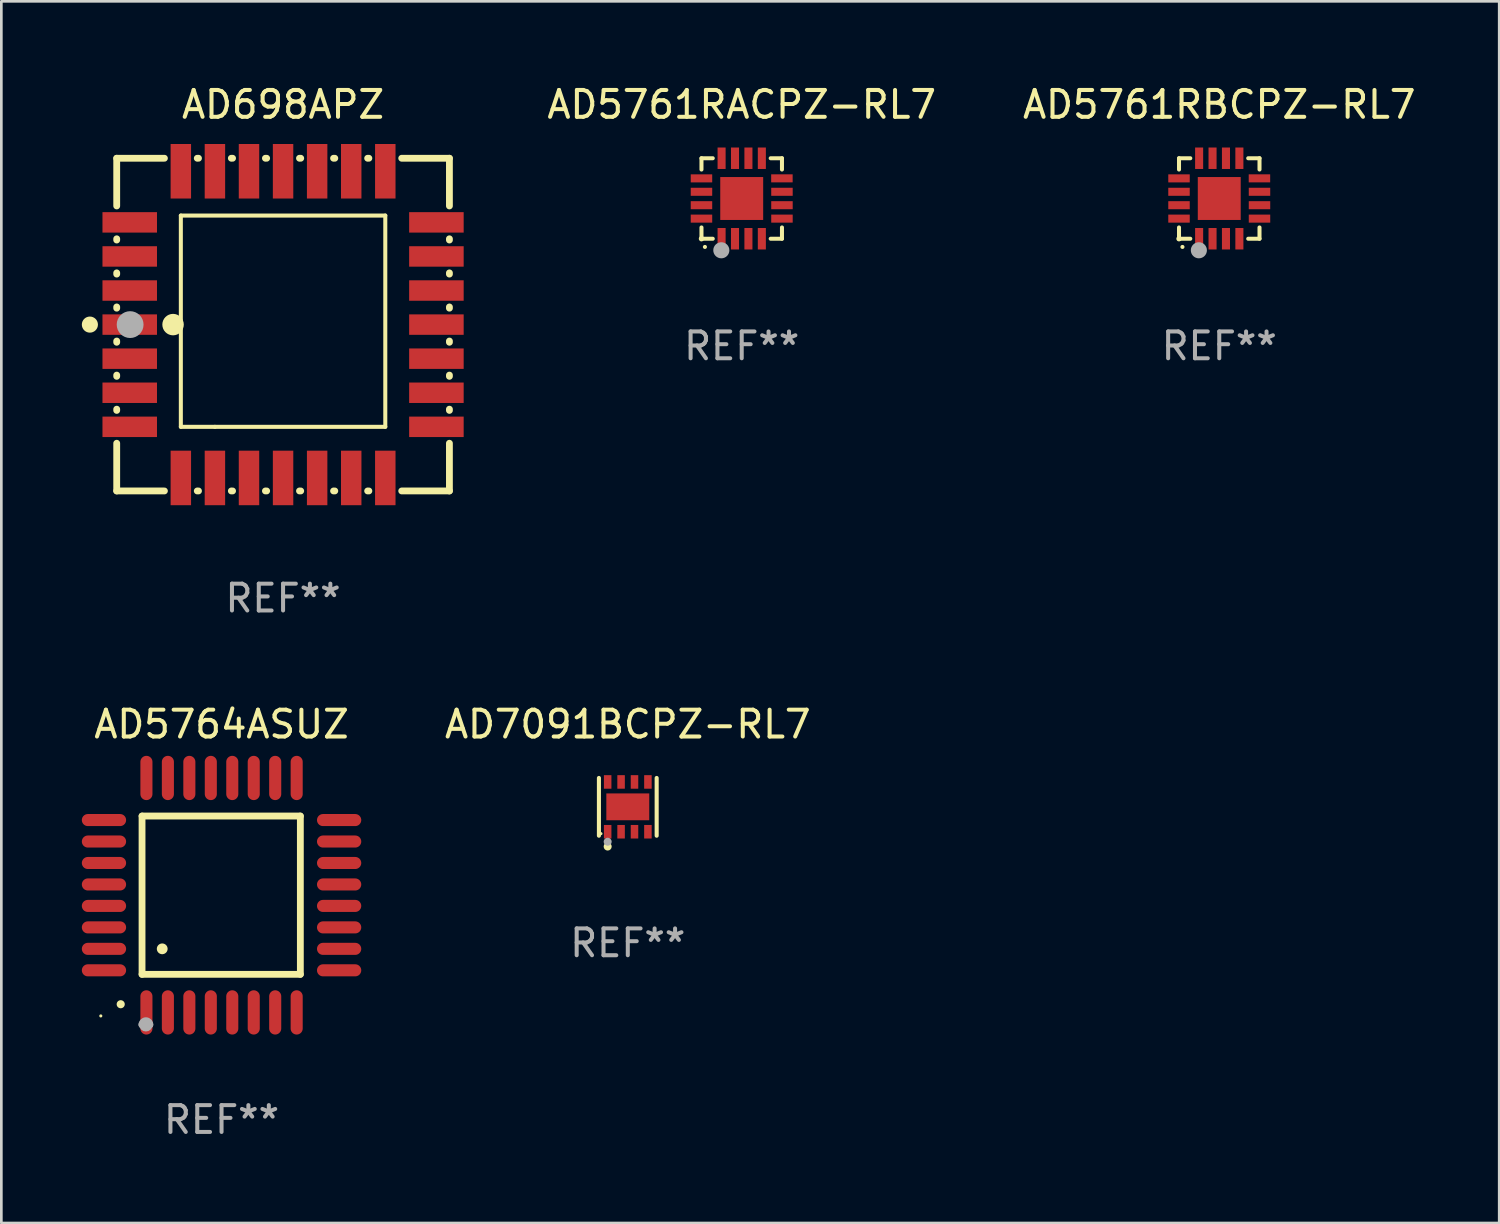
<source format=kicad_pcb>
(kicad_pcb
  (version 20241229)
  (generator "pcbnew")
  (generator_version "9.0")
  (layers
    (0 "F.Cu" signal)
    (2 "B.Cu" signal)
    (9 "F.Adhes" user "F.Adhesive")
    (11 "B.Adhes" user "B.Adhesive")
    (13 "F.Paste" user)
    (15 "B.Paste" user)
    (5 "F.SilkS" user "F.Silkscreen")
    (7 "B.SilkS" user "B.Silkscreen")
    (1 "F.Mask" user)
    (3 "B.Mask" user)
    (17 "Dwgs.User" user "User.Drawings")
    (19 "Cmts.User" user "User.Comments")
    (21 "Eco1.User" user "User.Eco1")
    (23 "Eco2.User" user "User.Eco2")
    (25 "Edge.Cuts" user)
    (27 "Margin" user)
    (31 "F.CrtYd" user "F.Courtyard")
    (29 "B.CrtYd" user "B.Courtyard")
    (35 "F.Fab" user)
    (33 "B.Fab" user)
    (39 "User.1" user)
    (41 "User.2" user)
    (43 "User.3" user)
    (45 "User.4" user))
  (footprint "AD5761RBCPZ-RL7"
    (layer "F.Cu")
    (at 42.392 4.348)
    (property "Reference" "AD5761RBCPZ-RL7" (at 0 -3.5 0) (layer "F.SilkS") (effects (font (size 1 1) (thickness 0.15))))
    (attr through_hole)
    (fp_line (start -1.5 -1.5) (end -1.079 -1.5) (stroke (width 0.15) (type solid)) (layer "F.SilkS"))
    (fp_line (start -1.5 -1.079) (end -1.5 -1.5) (stroke (width 0.15) (type solid)) (layer "F.SilkS"))
    (fp_line (start -1.5 1.5) (end -1.5 1.079) (stroke (width 0.15) (type solid)) (layer "F.SilkS"))
    (fp_line (start -1.5 1.5) (end -1.079 1.5) (stroke (width 0.15) (type solid)) (layer "F.SilkS"))
    (fp_line (start 1.079 -1.5) (end 1.5 -1.5) (stroke (width 0.15) (type solid)) (layer "F.SilkS"))
    (fp_line (start 1.079 1.5) (end 1.5 1.5) (stroke (width 0.15) (type solid)) (layer "F.SilkS"))
    (fp_line (start 1.5 -1.08) (end 1.5 -1.5) (stroke (width 0.15) (type solid)) (layer "F.SilkS"))
    (fp_line (start 1.5 1.5) (end 1.5 1.079) (stroke (width 0.15) (type solid)) (layer "F.SilkS"))
    (fp_arc (start -1.372885 1.805398) (mid -1.371615 1.805392) (end -1.370345 1.805398) (stroke (width 0.150114) (type solid)) (layer "F.SilkS"))
    (fp_circle (center -1.5 1.5) (end -1.45 1.5) (stroke (width 0.1) (type solid)) (fill no) (layer "F.SilkS"))
    (fp_circle (center -0.76 1.93) (end -0.61 1.93) (stroke (width 0.3) (type solid)) (fill no) (layer "F.Fab"))
    (fp_text user "REF**" (at 0 5.5 0) (layer "F.Fab") (effects (font (size 1 1) (thickness 0.15))))
    (pad "1" smd rect (at -0.75 1.5) (size 0.3 0.8) (layers "F.Cu" "F.Mask" "F.Paste"))
    (pad "2" smd rect (at -0.25 1.5) (size 0.3 0.8) (layers "F.Cu" "F.Mask" "F.Paste"))
    (pad "3" smd rect (at 0.25 1.5) (size 0.3 0.8) (layers "F.Cu" "F.Mask" "F.Paste"))
    (pad "4" smd rect (at 0.75 1.5) (size 0.3 0.8) (layers "F.Cu" "F.Mask" "F.Paste"))
    (pad "5" smd rect (at 1.5 0.75) (size 0.8 0.3) (layers "F.Cu" "F.Mask" "F.Paste"))
    (pad "6" smd rect (at 1.5 0.25) (size 0.8 0.3) (layers "F.Cu" "F.Mask" "F.Paste"))
    (pad "7" smd rect (at 1.5 -0.25) (size 0.8 0.3) (layers "F.Cu" "F.Mask" "F.Paste"))
    (pad "8" smd rect (at 1.498 -0.751) (size 0.8 0.3) (layers "F.Cu" "F.Mask" "F.Paste"))
    (pad "9" smd rect (at 0.75 -1.5) (size 0.3 0.8) (layers "F.Cu" "F.Mask" "F.Paste"))
    (pad "10" smd rect (at 0.25 -1.5) (size 0.3 0.8) (layers "F.Cu" "F.Mask" "F.Paste"))
    (pad "11" smd rect (at -0.25 -1.5) (size 0.3 0.8) (layers "F.Cu" "F.Mask" "F.Paste"))
    (pad "12" smd rect (at -0.75 -1.5) (size 0.3 0.8) (layers "F.Cu" "F.Mask" "F.Paste"))
    (pad "13" smd rect (at -1.5 -0.75) (size 0.8 0.3) (layers "F.Cu" "F.Mask" "F.Paste"))
    (pad "14" smd rect (at -1.5 -0.25) (size 0.8 0.3) (layers "F.Cu" "F.Mask" "F.Paste"))
    (pad "15" smd rect (at -1.5 0.25) (size 0.8 0.3) (layers "F.Cu" "F.Mask" "F.Paste"))
    (pad "16" smd rect (at -1.5 0.75) (size 0.8 0.3) (layers "F.Cu" "F.Mask" "F.Paste"))
    (pad "17" smd rect (at -0.000114 0.00014) (size 1.6 1.6) (layers "F.Cu" "F.Mask" "F.Paste")))
  (footprint "AD698APZ"
    (layer "F.Cu")
    (at 7.5 9.048)
    (property "Reference" "AD698APZ" (at 0 -8.2 0) (layer "F.SilkS") (effects (font (size 1 1) (thickness 0.15))))
    (attr through_hole)
    (fp_line (start -6.2 -6.2) (end -4.422 -6.2) (stroke (width 0.254) (type solid)) (layer "F.SilkS"))
    (fp_line (start -6.2 -4.422) (end -6.2 -6.2) (stroke (width 0.254) (type solid)) (layer "F.SilkS"))
    (fp_line (start -6.2 -3.152) (end -6.2 -3.198) (stroke (width 0.254) (type solid)) (layer "F.SilkS"))
    (fp_line (start -6.2 -1.882) (end -6.2 -1.928) (stroke (width 0.254) (type solid)) (layer "F.SilkS"))
    (fp_line (start -6.2 -0.612) (end -6.2 -0.658) (stroke (width 0.254) (type solid)) (layer "F.SilkS"))
    (fp_line (start -6.2 0.658) (end -6.2 0.612) (stroke (width 0.254) (type solid)) (layer "F.SilkS"))
    (fp_line (start -6.2 1.928) (end -6.2 1.882) (stroke (width 0.254) (type solid)) (layer "F.SilkS"))
    (fp_line (start -6.2 3.198) (end -6.2 3.152) (stroke (width 0.254) (type solid)) (layer "F.SilkS"))
    (fp_line (start -6.2 6.2) (end -6.2 4.422) (stroke (width 0.254) (type solid)) (layer "F.SilkS"))
    (fp_line (start -4.422 6.2) (end -6.2 6.2) (stroke (width 0.254) (type solid)) (layer "F.SilkS"))
    (fp_line (start -3.81 -4.064) (end 3.81 -4.064) (stroke (width 0.15) (type solid)) (layer "F.SilkS"))
    (fp_line (start -3.81 3.81) (end -3.81 -4.064) (stroke (width 0.15) (type solid)) (layer "F.SilkS"))
    (fp_line (start -3.198 -6.2) (end -3.152 -6.2) (stroke (width 0.254) (type solid)) (layer "F.SilkS"))
    (fp_line (start -3.152 6.2) (end -3.198 6.2) (stroke (width 0.254) (type solid)) (layer "F.SilkS"))
    (fp_line (start -2.54 3.81) (end -3.81 3.81) (stroke (width 0.15) (type solid)) (layer "F.SilkS"))
    (fp_line (start -1.928 -6.2) (end -1.882 -6.2) (stroke (width 0.254) (type solid)) (layer "F.SilkS"))
    (fp_line (start -1.882 6.2) (end -1.928 6.2) (stroke (width 0.254) (type solid)) (layer "F.SilkS"))
    (fp_line (start -0.658 -6.2) (end -0.612 -6.2) (stroke (width 0.254) (type solid)) (layer "F.SilkS"))
    (fp_line (start -0.612 6.2) (end -0.658 6.2) (stroke (width 0.254) (type solid)) (layer "F.SilkS"))
    (fp_line (start 0.612 -6.2) (end 0.658 -6.2) (stroke (width 0.254) (type solid)) (layer "F.SilkS"))
    (fp_line (start 0.658 6.2) (end 0.612 6.2) (stroke (width 0.254) (type solid)) (layer "F.SilkS"))
    (fp_line (start 1.882 -6.2) (end 1.928 -6.2) (stroke (width 0.254) (type solid)) (layer "F.SilkS"))
    (fp_line (start 1.928 6.2) (end 1.882 6.2) (stroke (width 0.254) (type solid)) (layer "F.SilkS"))
    (fp_line (start 3.152 -6.2) (end 3.198 -6.2) (stroke (width 0.254) (type solid)) (layer "F.SilkS"))
    (fp_line (start 3.198 6.2) (end 3.152 6.2) (stroke (width 0.254) (type solid)) (layer "F.SilkS"))
    (fp_line (start 3.81 -4.064) (end 3.81 3.81) (stroke (width 0.15) (type solid)) (layer "F.SilkS"))
    (fp_line (start 3.81 3.81) (end -2.54 3.81) (stroke (width 0.15) (type solid)) (layer "F.SilkS"))
    (fp_line (start 4.422 -6.2) (end 6.2 -6.2) (stroke (width 0.254) (type solid)) (layer "F.SilkS"))
    (fp_line (start 6.2 -6.2) (end 6.2 -4.422) (stroke (width 0.254) (type solid)) (layer "F.SilkS"))
    (fp_line (start 6.2 -3.198) (end 6.2 -3.152) (stroke (width 0.254) (type solid)) (layer "F.SilkS"))
    (fp_line (start 6.2 -1.928) (end 6.2 -1.882) (stroke (width 0.254) (type solid)) (layer "F.SilkS"))
    (fp_line (start 6.2 -0.658) (end 6.2 -0.612) (stroke (width 0.254) (type solid)) (layer "F.SilkS"))
    (fp_line (start 6.2 0.612) (end 6.2 0.658) (stroke (width 0.254) (type solid)) (layer "F.SilkS"))
    (fp_line (start 6.2 1.882) (end 6.2 1.928) (stroke (width 0.254) (type solid)) (layer "F.SilkS"))
    (fp_line (start 6.2 3.152) (end 6.2 3.198) (stroke (width 0.254) (type solid)) (layer "F.SilkS"))
    (fp_line (start 6.2 4.422) (end 6.2 6.2) (stroke (width 0.254) (type solid)) (layer "F.SilkS"))
    (fp_line (start 6.2 6.2) (end 4.422 6.2) (stroke (width 0.254) (type solid)) (layer "F.SilkS"))
    (fp_circle (center -7.2 0) (end -7.05 0) (stroke (width 0.3) (type solid)) (fill no) (layer "F.SilkS"))
    (fp_circle (center -6.223 6.223) (end -6.193 6.223) (stroke (width 0.06) (type solid)) (fill no) (layer "F.SilkS"))
    (fp_circle (center -4.1 0) (end -3.9 0) (stroke (width 0.4) (type solid)) (fill no) (layer "F.SilkS"))
    (fp_circle (center -5.7 0) (end -5.45 0) (stroke (width 0.5) (type solid)) (fill no) (layer "F.Fab"))
    (fp_text user "REF**" (at 0 10.2 0) (layer "F.Fab") (effects (font (size 1 1) (thickness 0.15))))
    (pad "1" smd rect (at -5.715 0) (size 2.032 0.762) (layers "F.Cu" "F.Mask" "F.Paste"))
    (pad "2" smd rect (at -5.715 1.27) (size 2.032 0.762) (layers "F.Cu" "F.Mask" "F.Paste"))
    (pad "3" smd rect (at -5.715 2.54) (size 2.032 0.762) (layers "F.Cu" "F.Mask" "F.Paste"))
    (pad "4" smd rect (at -5.715 3.81) (size 2.032 0.762) (layers "F.Cu" "F.Mask" "F.Paste"))
    (pad "5" smd rect (at -3.81 5.715) (size 0.762 2.032) (layers "F.Cu" "F.Mask" "F.Paste"))
    (pad "6" smd rect (at -2.54 5.715) (size 0.762 2.032) (layers "F.Cu" "F.Mask" "F.Paste"))
    (pad "7" smd rect (at -1.27 5.715) (size 0.762 2.032) (layers "F.Cu" "F.Mask" "F.Paste"))
    (pad "8" smd rect (at 0 5.715) (size 0.762 2.032) (layers "F.Cu" "F.Mask" "F.Paste"))
    (pad "9" smd rect (at 1.27 5.715) (size 0.762 2.032) (layers "F.Cu" "F.Mask" "F.Paste"))
    (pad "10" smd rect (at 2.54 5.715) (size 0.762 2.032) (layers "F.Cu" "F.Mask" "F.Paste"))
    (pad "11" smd rect (at 3.81 5.715) (size 0.762 2.032) (layers "F.Cu" "F.Mask" "F.Paste"))
    (pad "12" smd rect (at 5.715 3.81) (size 2.032 0.762) (layers "F.Cu" "F.Mask" "F.Paste"))
    (pad "13" smd rect (at 5.715 2.54) (size 2.032 0.762) (layers "F.Cu" "F.Mask" "F.Paste"))
    (pad "14" smd rect (at 5.715 1.27) (size 2.032 0.762) (layers "F.Cu" "F.Mask" "F.Paste"))
    (pad "15" smd rect (at 5.715 0) (size 2.032 0.762) (layers "F.Cu" "F.Mask" "F.Paste"))
    (pad "16" smd rect (at 5.715 -1.27) (size 2.032 0.762) (layers "F.Cu" "F.Mask" "F.Paste"))
    (pad "17" smd rect (at 5.715 -2.54) (size 2.032 0.762) (layers "F.Cu" "F.Mask" "F.Paste"))
    (pad "18" smd rect (at 5.715 -3.81) (size 2.032 0.762) (layers "F.Cu" "F.Mask" "F.Paste"))
    (pad "19" smd rect (at 3.81 -5.715) (size 0.762 2.032) (layers "F.Cu" "F.Mask" "F.Paste"))
    (pad "20" smd rect (at 2.54 -5.715) (size 0.762 2.032) (layers "F.Cu" "F.Mask" "F.Paste"))
    (pad "21" smd rect (at 1.27 -5.715) (size 0.762 2.032) (layers "F.Cu" "F.Mask" "F.Paste"))
    (pad "22" smd rect (at 0 -5.715) (size 0.762 2.032) (layers "F.Cu" "F.Mask" "F.Paste"))
    (pad "23" smd rect (at -1.27 -5.715) (size 0.762 2.032) (layers "F.Cu" "F.Mask" "F.Paste"))
    (pad "24" smd rect (at -2.54 -5.715) (size 0.762 2.032) (layers "F.Cu" "F.Mask" "F.Paste"))
    (pad "25" smd rect (at -3.81 -5.715) (size 0.762 2.032) (layers "F.Cu" "F.Mask" "F.Paste"))
    (pad "26" smd rect (at -5.715 -3.81) (size 2.032 0.762) (layers "F.Cu" "F.Mask" "F.Paste"))
    (pad "27" smd rect (at -5.715 -2.54) (size 2.032 0.762) (layers "F.Cu" "F.Mask" "F.Paste"))
    (pad "28" smd rect (at -5.715 -1.27) (size 2.032 0.762) (layers "F.Cu" "F.Mask" "F.Paste")))
  (footprint "AD7091BCPZ-RL7"
    (layer "F.Cu")
    (at 20.348 27.021)
    (property "Reference" "AD7091BCPZ-RL7" (at 0 -3.076 0) (layer "F.SilkS") (effects (font (size 1 1) (thickness 0.15))))
    (attr through_hole)
    (fp_line (start -1.076 1.076) (end -1.076 -1.076) (stroke (width 0.152) (type solid)) (layer "F.SilkS"))
    (fp_line (start 1.076 1.076) (end 1.076 -1.076) (stroke (width 0.152) (type solid)) (layer "F.SilkS"))
    (fp_circle (center -1 1) (end -0.97 1) (stroke (width 0.06) (type solid)) (fill no) (layer "F.SilkS"))
    (fp_circle (center -0.75 1.48) (end -0.675 1.48) (stroke (width 0.15) (type solid)) (fill no) (layer "F.SilkS"))
    (fp_circle (center -0.75 1.3) (end -0.675 1.3) (stroke (width 0.15) (type solid)) (fill no) (layer "F.Fab"))
    (fp_text user "REF**" (at 0 5.076 0) (layer "F.Fab") (effects (font (size 1 1) (thickness 0.15))))
    (pad "1" smd rect (at -0.75 0.928) (size 0.28 0.505) (layers "F.Cu" "F.Mask" "F.Paste"))
    (pad "2" smd rect (at -0.25 0.928) (size 0.28 0.505) (layers "F.Cu" "F.Mask" "F.Paste"))
    (pad "3" smd rect (at 0.25 0.928) (size 0.28 0.505) (layers "F.Cu" "F.Mask" "F.Paste"))
    (pad "4" smd rect (at 0.75 0.928) (size 0.28 0.505) (layers "F.Cu" "F.Mask" "F.Paste"))
    (pad "5" smd rect (at 0.75 -0.928) (size 0.28 0.505) (layers "F.Cu" "F.Mask" "F.Paste"))
    (pad "6" smd rect (at 0.25 -0.928) (size 0.28 0.505) (layers "F.Cu" "F.Mask" "F.Paste"))
    (pad "7" smd rect (at -0.25 -0.928) (size 0.28 0.505) (layers "F.Cu" "F.Mask" "F.Paste"))
    (pad "8" smd rect (at -0.75 -0.928) (size 0.28 0.505) (layers "F.Cu" "F.Mask" "F.Paste"))
    (pad "9" smd rect (at 0 0) (size 1.6 1) (layers "F.Cu" "F.Mask" "F.Paste")))
  (footprint "AD5761RACPZ-RL7"
    (layer "F.Cu")
    (at 24.594 4.348)
    (property "Reference" "AD5761RACPZ-RL7" (at 0 -3.5 0) (layer "F.SilkS") (effects (font (size 1 1) (thickness 0.15))))
    (attr through_hole)
    (fp_line (start -1.5 -1.5) (end -1.079 -1.5) (stroke (width 0.15) (type solid)) (layer "F.SilkS"))
    (fp_line (start -1.5 -1.079) (end -1.5 -1.5) (stroke (width 0.15) (type solid)) (layer "F.SilkS"))
    (fp_line (start -1.5 1.5) (end -1.5 1.079) (stroke (width 0.15) (type solid)) (layer "F.SilkS"))
    (fp_line (start -1.5 1.5) (end -1.079 1.5) (stroke (width 0.15) (type solid)) (layer "F.SilkS"))
    (fp_line (start 1.079 -1.5) (end 1.5 -1.5) (stroke (width 0.15) (type solid)) (layer "F.SilkS"))
    (fp_line (start 1.079 1.5) (end 1.5 1.5) (stroke (width 0.15) (type solid)) (layer "F.SilkS"))
    (fp_line (start 1.5 -1.08) (end 1.5 -1.5) (stroke (width 0.15) (type solid)) (layer "F.SilkS"))
    (fp_line (start 1.5 1.5) (end 1.5 1.079) (stroke (width 0.15) (type solid)) (layer "F.SilkS"))
    (fp_arc (start -1.372885 1.805398) (mid -1.371615 1.805392) (end -1.370345 1.805398) (stroke (width 0.150114) (type solid)) (layer "F.SilkS"))
    (fp_circle (center -1.5 1.5) (end -1.45 1.5) (stroke (width 0.1) (type solid)) (fill no) (layer "F.SilkS"))
    (fp_circle (center -0.76 1.93) (end -0.61 1.93) (stroke (width 0.3) (type solid)) (fill no) (layer "F.Fab"))
    (fp_text user "REF**" (at 0 5.5 0) (layer "F.Fab") (effects (font (size 1 1) (thickness 0.15))))
    (pad "1" smd rect (at -0.75 1.5) (size 0.3 0.8) (layers "F.Cu" "F.Mask" "F.Paste"))
    (pad "2" smd rect (at -0.25 1.5) (size 0.3 0.8) (layers "F.Cu" "F.Mask" "F.Paste"))
    (pad "3" smd rect (at 0.25 1.5) (size 0.3 0.8) (layers "F.Cu" "F.Mask" "F.Paste"))
    (pad "4" smd rect (at 0.75 1.5) (size 0.3 0.8) (layers "F.Cu" "F.Mask" "F.Paste"))
    (pad "5" smd rect (at 1.5 0.75) (size 0.8 0.3) (layers "F.Cu" "F.Mask" "F.Paste"))
    (pad "6" smd rect (at 1.5 0.25) (size 0.8 0.3) (layers "F.Cu" "F.Mask" "F.Paste"))
    (pad "7" smd rect (at 1.5 -0.25) (size 0.8 0.3) (layers "F.Cu" "F.Mask" "F.Paste"))
    (pad "8" smd rect (at 1.498 -0.751) (size 0.8 0.3) (layers "F.Cu" "F.Mask" "F.Paste"))
    (pad "9" smd rect (at 0.75 -1.5) (size 0.3 0.8) (layers "F.Cu" "F.Mask" "F.Paste"))
    (pad "10" smd rect (at 0.25 -1.5) (size 0.3 0.8) (layers "F.Cu" "F.Mask" "F.Paste"))
    (pad "11" smd rect (at -0.25 -1.5) (size 0.3 0.8) (layers "F.Cu" "F.Mask" "F.Paste"))
    (pad "12" smd rect (at -0.75 -1.5) (size 0.3 0.8) (layers "F.Cu" "F.Mask" "F.Paste"))
    (pad "13" smd rect (at -1.5 -0.75) (size 0.8 0.3) (layers "F.Cu" "F.Mask" "F.Paste"))
    (pad "14" smd rect (at -1.5 -0.25) (size 0.8 0.3) (layers "F.Cu" "F.Mask" "F.Paste"))
    (pad "15" smd rect (at -1.5 0.25) (size 0.8 0.3) (layers "F.Cu" "F.Mask" "F.Paste"))
    (pad "16" smd rect (at -1.5 0.75) (size 0.8 0.3) (layers "F.Cu" "F.Mask" "F.Paste"))
    (pad "17" smd rect (at -0.000114 0.00014) (size 1.6 1.6) (layers "F.Cu" "F.Mask" "F.Paste")))
  (footprint "AD5764ASUZ"
    (layer "F.Cu")
    (at 5.207 30.314)
    (property "Reference" "AD5764ASUZ" (at 0 -6.369 0) (layer "F.SilkS") (effects (font (size 1 1) (thickness 0.15))))
    (attr through_hole)
    (fp_line (start -2.963 -2.95) (end -2.963 2.95) (stroke (width 0.254) (type solid)) (layer "F.SilkS"))
    (fp_line (start -2.963 2.95) (end 2.937 2.95) (stroke (width 0.254) (type solid)) (layer "F.SilkS"))
    (fp_line (start 2.937 -2.95) (end -2.963 -2.95) (stroke (width 0.254) (type solid)) (layer "F.SilkS"))
    (fp_line (start 2.937 2.95) (end 2.937 -2.95) (stroke (width 0.254) (type solid)) (layer "F.SilkS"))
    (fp_arc (start -3.759208 4.064008) (mid -3.757938 4.064003) (end -3.756668 4.064008) (stroke (width 0.3) (type solid)) (layer "F.SilkS"))
    (fp_arc (start -2.212344 1.998984) (mid -2.211074 1.99898) (end -2.209804 1.998984) (stroke (width 0.4) (type solid)) (layer "F.SilkS"))
    (fp_circle (center -4.5 4.5) (end -4.47 4.5) (stroke (width 0.06) (type solid)) (fill no) (layer "F.SilkS"))
    (fp_arc (start -2.967489 4.82601) (mid -2.819406 4.677927) (end -2.671323 4.82601) (stroke (width 0.254001) (type solid)) (layer "F.Fab"))
    (fp_arc (start -2.967488 4.82601) (mid -2.819406 4.791053) (end -2.671324 4.82601) (stroke (width 0.254001) (type solid)) (layer "F.Fab"))
    (fp_circle (center -2.819 4.826) (end -2.692 4.826) (stroke (width 0.254) (type solid)) (fill no) (layer "F.Fab"))
    (fp_text user "REF**" (at 0 8.369 0) (layer "F.Fab") (effects (font (size 1 1) (thickness 0.15))))
    (pad "1" smd oval (at -2.8 4.369) (size 0.45 1.65) (layers "F.Cu" "F.Mask" "F.Paste"))
    (pad "2" smd oval (at -2 4.369) (size 0.45 1.65) (layers "F.Cu" "F.Mask" "F.Paste"))
    (pad "3" smd oval (at -1.2 4.369) (size 0.45 1.65) (layers "F.Cu" "F.Mask" "F.Paste"))
    (pad "4" smd oval (at -0.4 4.369) (size 0.45 1.65) (layers "F.Cu" "F.Mask" "F.Paste"))
    (pad "5" smd oval (at 0.4 4.369) (size 0.45 1.65) (layers "F.Cu" "F.Mask" "F.Paste"))
    (pad "6" smd oval (at 1.2 4.369) (size 0.45 1.65) (layers "F.Cu" "F.Mask" "F.Paste"))
    (pad "7" smd oval (at 2 4.369) (size 0.45 1.65) (layers "F.Cu" "F.Mask" "F.Paste"))
    (pad "8" smd oval (at 2.8 4.369) (size 0.45 1.65) (layers "F.Cu" "F.Mask" "F.Paste"))
    (pad "9" smd oval (at 4.382 2.8) (size 1.65 0.45) (layers "F.Cu" "F.Mask" "F.Paste"))
    (pad "10" smd oval (at 4.382 2) (size 1.65 0.45) (layers "F.Cu" "F.Mask" "F.Paste"))
    (pad "11" smd oval (at 4.382 1.2) (size 1.65 0.45) (layers "F.Cu" "F.Mask" "F.Paste"))
    (pad "12" smd oval (at 4.382 0.4) (size 1.65 0.45) (layers "F.Cu" "F.Mask" "F.Paste"))
    (pad "13" smd oval (at 4.382 -0.4) (size 1.65 0.45) (layers "F.Cu" "F.Mask" "F.Paste"))
    (pad "14" smd oval (at 4.382 -1.2) (size 1.65 0.45) (layers "F.Cu" "F.Mask" "F.Paste"))
    (pad "15" smd oval (at 4.382 -2) (size 1.65 0.45) (layers "F.Cu" "F.Mask" "F.Paste"))
    (pad "16" smd oval (at 4.382 -2.8) (size 1.65 0.45) (layers "F.Cu" "F.Mask" "F.Paste"))
    (pad "17" smd oval (at 2.8 -4.369) (size 0.45 1.65) (layers "F.Cu" "F.Mask" "F.Paste"))
    (pad "18" smd oval (at 2 -4.369) (size 0.45 1.65) (layers "F.Cu" "F.Mask" "F.Paste"))
    (pad "19" smd oval (at 1.2 -4.369) (size 0.45 1.65) (layers "F.Cu" "F.Mask" "F.Paste"))
    (pad "20" smd oval (at 0.4 -4.369) (size 0.45 1.65) (layers "F.Cu" "F.Mask" "F.Paste"))
    (pad "21" smd oval (at -0.4 -4.369) (size 0.45 1.65) (layers "F.Cu" "F.Mask" "F.Paste"))
    (pad "22" smd oval (at -1.2 -4.369) (size 0.45 1.65) (layers "F.Cu" "F.Mask" "F.Paste"))
    (pad "23" smd oval (at -2 -4.369) (size 0.45 1.65) (layers "F.Cu" "F.Mask" "F.Paste"))
    (pad "24" smd oval (at -2.8 -4.369) (size 0.45 1.65) (layers "F.Cu" "F.Mask" "F.Paste"))
    (pad "25" smd oval (at -4.382 -2.8) (size 1.65 0.45) (layers "F.Cu" "F.Mask" "F.Paste"))
    (pad "26" smd oval (at -4.382 -2) (size 1.65 0.45) (layers "F.Cu" "F.Mask" "F.Paste"))
    (pad "27" smd oval (at -4.382 -1.2) (size 1.65 0.45) (layers "F.Cu" "F.Mask" "F.Paste"))
    (pad "28" smd oval (at -4.382 -0.4) (size 1.65 0.45) (layers "F.Cu" "F.Mask" "F.Paste"))
    (pad "29" smd oval (at -4.382 0.4) (size 1.65 0.45) (layers "F.Cu" "F.Mask" "F.Paste"))
    (pad "30" smd oval (at -4.382 1.2) (size 1.65 0.45) (layers "F.Cu" "F.Mask" "F.Paste"))
    (pad "31" smd oval (at -4.382 2) (size 1.65 0.45) (layers "F.Cu" "F.Mask" "F.Paste"))
    (pad "32" smd oval (at -4.382 2.8) (size 1.65 0.45) (layers "F.Cu" "F.Mask" "F.Paste")))
  (gr_rect
    (start -3 -3)
    (end 52.826 42.531)
    (stroke (width 0.1) (type default))
    (fill no)
    (layer "Edge.Cuts")))
</source>
